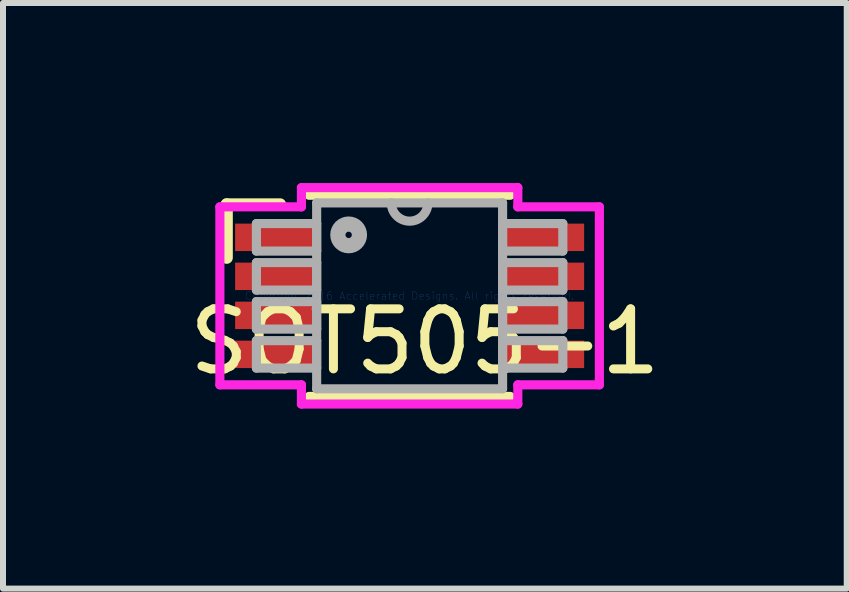
<source format=kicad_pcb>
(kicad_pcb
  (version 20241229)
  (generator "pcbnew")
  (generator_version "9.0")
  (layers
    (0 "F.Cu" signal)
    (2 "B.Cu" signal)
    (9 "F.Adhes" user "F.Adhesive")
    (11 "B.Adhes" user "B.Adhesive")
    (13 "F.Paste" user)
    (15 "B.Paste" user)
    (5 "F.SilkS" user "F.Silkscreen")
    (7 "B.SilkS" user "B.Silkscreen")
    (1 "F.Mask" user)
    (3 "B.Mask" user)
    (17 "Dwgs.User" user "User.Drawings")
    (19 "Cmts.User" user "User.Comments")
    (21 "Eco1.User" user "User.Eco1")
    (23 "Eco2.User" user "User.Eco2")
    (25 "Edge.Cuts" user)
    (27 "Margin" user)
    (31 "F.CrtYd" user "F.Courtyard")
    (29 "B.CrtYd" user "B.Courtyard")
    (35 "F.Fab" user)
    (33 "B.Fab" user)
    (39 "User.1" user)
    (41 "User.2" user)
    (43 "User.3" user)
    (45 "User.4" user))
  (footprint "SOT505-1"
    (layer "F.Cu")
    (at 3.776 1.88)
    (property "Reference" "SOT505-1" (at 0.254 0.762 0) (layer "F.SilkS") (effects (font (size 1 1) (thickness 0.15))))
    (attr through_hole)
    (fp_line (start -3.048 -1.524) (end -2.159 -1.524) (stroke (width 0.203) (type solid)) (layer "F.SilkS"))
    (fp_line (start -3.048 -0.635) (end -3.048 -1.524) (stroke (width 0.203) (type solid)) (layer "F.SilkS"))
    (fp_line (start -1.676 1.676) (end 1.676 1.676) (stroke (width 0.152) (type solid)) (layer "F.SilkS"))
    (fp_line (start 1.676 -1.676) (end -1.676 -1.676) (stroke (width 0.152) (type solid)) (layer "F.SilkS"))
    (fp_line (start -3.162 -1.483) (end -1.803 -1.483) (stroke (width 0.152) (type solid)) (layer "F.CrtYd"))
    (fp_line (start -3.162 1.483) (end -3.162 -1.483) (stroke (width 0.152) (type solid)) (layer "F.CrtYd"))
    (fp_line (start -1.803 -1.803) (end 1.803 -1.803) (stroke (width 0.152) (type solid)) (layer "F.CrtYd"))
    (fp_line (start -1.803 -1.483) (end -1.803 -1.803) (stroke (width 0.152) (type solid)) (layer "F.CrtYd"))
    (fp_line (start -1.803 1.483) (end -3.162 1.483) (stroke (width 0.152) (type solid)) (layer "F.CrtYd"))
    (fp_line (start -1.803 1.803) (end -1.803 1.483) (stroke (width 0.152) (type solid)) (layer "F.CrtYd"))
    (fp_line (start 1.803 -1.803) (end 1.803 -1.483) (stroke (width 0.152) (type solid)) (layer "F.CrtYd"))
    (fp_line (start 1.803 -1.483) (end 3.162 -1.483) (stroke (width 0.152) (type solid)) (layer "F.CrtYd"))
    (fp_line (start 1.803 1.483) (end 1.803 1.803) (stroke (width 0.152) (type solid)) (layer "F.CrtYd"))
    (fp_line (start 1.803 1.803) (end -1.803 1.803) (stroke (width 0.152) (type solid)) (layer "F.CrtYd"))
    (fp_line (start 3.162 -1.483) (end 3.162 1.483) (stroke (width 0.152) (type solid)) (layer "F.CrtYd"))
    (fp_line (start 3.162 1.483) (end 1.803 1.483) (stroke (width 0.152) (type solid)) (layer "F.CrtYd"))
    (fp_line (start -2.553 -1.204) (end -2.553 -0.746) (stroke (width 0.152) (type solid)) (layer "F.Fab"))
    (fp_line (start -2.553 -0.746) (end -1.549 -0.746) (stroke (width 0.152) (type solid)) (layer "F.Fab"))
    (fp_line (start -2.553 -0.554) (end -2.553 -0.096) (stroke (width 0.152) (type solid)) (layer "F.Fab"))
    (fp_line (start -2.553 -0.096) (end -1.549 -0.096) (stroke (width 0.152) (type solid)) (layer "F.Fab"))
    (fp_line (start -2.553 0.096) (end -2.553 0.554) (stroke (width 0.152) (type solid)) (layer "F.Fab"))
    (fp_line (start -2.553 0.554) (end -1.549 0.554) (stroke (width 0.152) (type solid)) (layer "F.Fab"))
    (fp_line (start -2.553 0.746) (end -2.553 1.204) (stroke (width 0.152) (type solid)) (layer "F.Fab"))
    (fp_line (start -2.553 1.204) (end -1.549 1.204) (stroke (width 0.152) (type solid)) (layer "F.Fab"))
    (fp_line (start -1.549 -1.549) (end -1.549 1.549) (stroke (width 0.152) (type solid)) (layer "F.Fab"))
    (fp_line (start -1.549 -1.204) (end -2.553 -1.204) (stroke (width 0.152) (type solid)) (layer "F.Fab"))
    (fp_line (start -1.549 -0.746) (end -1.549 -1.204) (stroke (width 0.152) (type solid)) (layer "F.Fab"))
    (fp_line (start -1.549 -0.554) (end -2.553 -0.554) (stroke (width 0.152) (type solid)) (layer "F.Fab"))
    (fp_line (start -1.549 -0.096) (end -1.549 -0.554) (stroke (width 0.152) (type solid)) (layer "F.Fab"))
    (fp_line (start -1.549 0.096) (end -2.553 0.096) (stroke (width 0.152) (type solid)) (layer "F.Fab"))
    (fp_line (start -1.549 0.554) (end -1.549 0.096) (stroke (width 0.152) (type solid)) (layer "F.Fab"))
    (fp_line (start -1.549 0.746) (end -2.553 0.746) (stroke (width 0.152) (type solid)) (layer "F.Fab"))
    (fp_line (start -1.549 1.204) (end -1.549 0.746) (stroke (width 0.152) (type solid)) (layer "F.Fab"))
    (fp_line (start -1.549 1.549) (end 1.549 1.549) (stroke (width 0.152) (type solid)) (layer "F.Fab"))
    (fp_line (start 1.549 -1.549) (end -1.549 -1.549) (stroke (width 0.152) (type solid)) (layer "F.Fab"))
    (fp_line (start 1.549 -1.204) (end 1.549 -0.746) (stroke (width 0.152) (type solid)) (layer "F.Fab"))
    (fp_line (start 1.549 -0.746) (end 2.553 -0.746) (stroke (width 0.152) (type solid)) (layer "F.Fab"))
    (fp_line (start 1.549 -0.554) (end 1.549 -0.096) (stroke (width 0.152) (type solid)) (layer "F.Fab"))
    (fp_line (start 1.549 -0.096) (end 2.553 -0.096) (stroke (width 0.152) (type solid)) (layer "F.Fab"))
    (fp_line (start 1.549 0.096) (end 1.549 0.554) (stroke (width 0.152) (type solid)) (layer "F.Fab"))
    (fp_line (start 1.549 0.554) (end 2.553 0.554) (stroke (width 0.152) (type solid)) (layer "F.Fab"))
    (fp_line (start 1.549 0.746) (end 1.549 1.204) (stroke (width 0.152) (type solid)) (layer "F.Fab"))
    (fp_line (start 1.549 1.204) (end 2.553 1.204) (stroke (width 0.152) (type solid)) (layer "F.Fab"))
    (fp_line (start 1.549 1.549) (end 1.549 -1.549) (stroke (width 0.152) (type solid)) (layer "F.Fab"))
    (fp_line (start 2.553 -1.204) (end 1.549 -1.204) (stroke (width 0.152) (type solid)) (layer "F.Fab"))
    (fp_line (start 2.553 -0.746) (end 2.553 -1.204) (stroke (width 0.152) (type solid)) (layer "F.Fab"))
    (fp_line (start 2.553 -0.554) (end 1.549 -0.554) (stroke (width 0.152) (type solid)) (layer "F.Fab"))
    (fp_line (start 2.553 -0.096) (end 2.553 -0.554) (stroke (width 0.152) (type solid)) (layer "F.Fab"))
    (fp_line (start 2.553 0.096) (end 1.549 0.096) (stroke (width 0.152) (type solid)) (layer "F.Fab"))
    (fp_line (start 2.553 0.554) (end 2.553 0.096) (stroke (width 0.152) (type solid)) (layer "F.Fab"))
    (fp_line (start 2.553 0.746) (end 1.549 0.746) (stroke (width 0.152) (type solid)) (layer "F.Fab"))
    (fp_line (start 2.553 1.204) (end 2.553 0.746) (stroke (width 0.152) (type solid)) (layer "F.Fab"))
    (fp_arc (start 0.3048 -1.5494) (mid 0 -1.2446) (end -0.3048 -1.5494) (stroke (width 0.1524) (type solid)) (layer "F.Fab"))
    (fp_circle (center -1.016 -1.016) (end -0.836 -1.016) (stroke (width 0.254) (type solid)) (fill no) (layer "F.Fab"))
    (fp_text user "Copyright 2016 Accelerated Designs. All rights reserved." (at 0 0 0) (layer "Cmts.User") (effects (font (size 0.127 0.127) (thickness 0.002))))
    (pad "1" smd rect (at -2.197 -0.975) (size 1.422 0.457) (layers "F.Cu" "F.Mask" "F.Paste"))
    (pad "2" smd rect (at -2.197 -0.325) (size 1.422 0.457) (layers "F.Cu" "F.Mask" "F.Paste"))
    (pad "3" smd rect (at -2.197 0.325) (size 1.422 0.457) (layers "F.Cu" "F.Mask" "F.Paste"))
    (pad "4" smd rect (at -2.197 0.975) (size 1.422 0.457) (layers "F.Cu" "F.Mask" "F.Paste"))
    (pad "5" smd rect (at 2.197 0.975) (size 1.422 0.457) (layers "F.Cu" "F.Mask" "F.Paste"))
    (pad "6" smd rect (at 2.197 0.325) (size 1.422 0.457) (layers "F.Cu" "F.Mask" "F.Paste"))
    (pad "7" smd rect (at 2.197 -0.325) (size 1.422 0.457) (layers "F.Cu" "F.Mask" "F.Paste"))
    (pad "8" smd rect (at 2.197 -0.975) (size 1.422 0.457) (layers "F.Cu" "F.Mask" "F.Paste")))
  (gr_rect
    (start -3 -3)
    (end 11.06 6.759)
    (stroke (width 0.1) (type default))
    (fill no)
    (layer "Edge.Cuts")))
</source>
